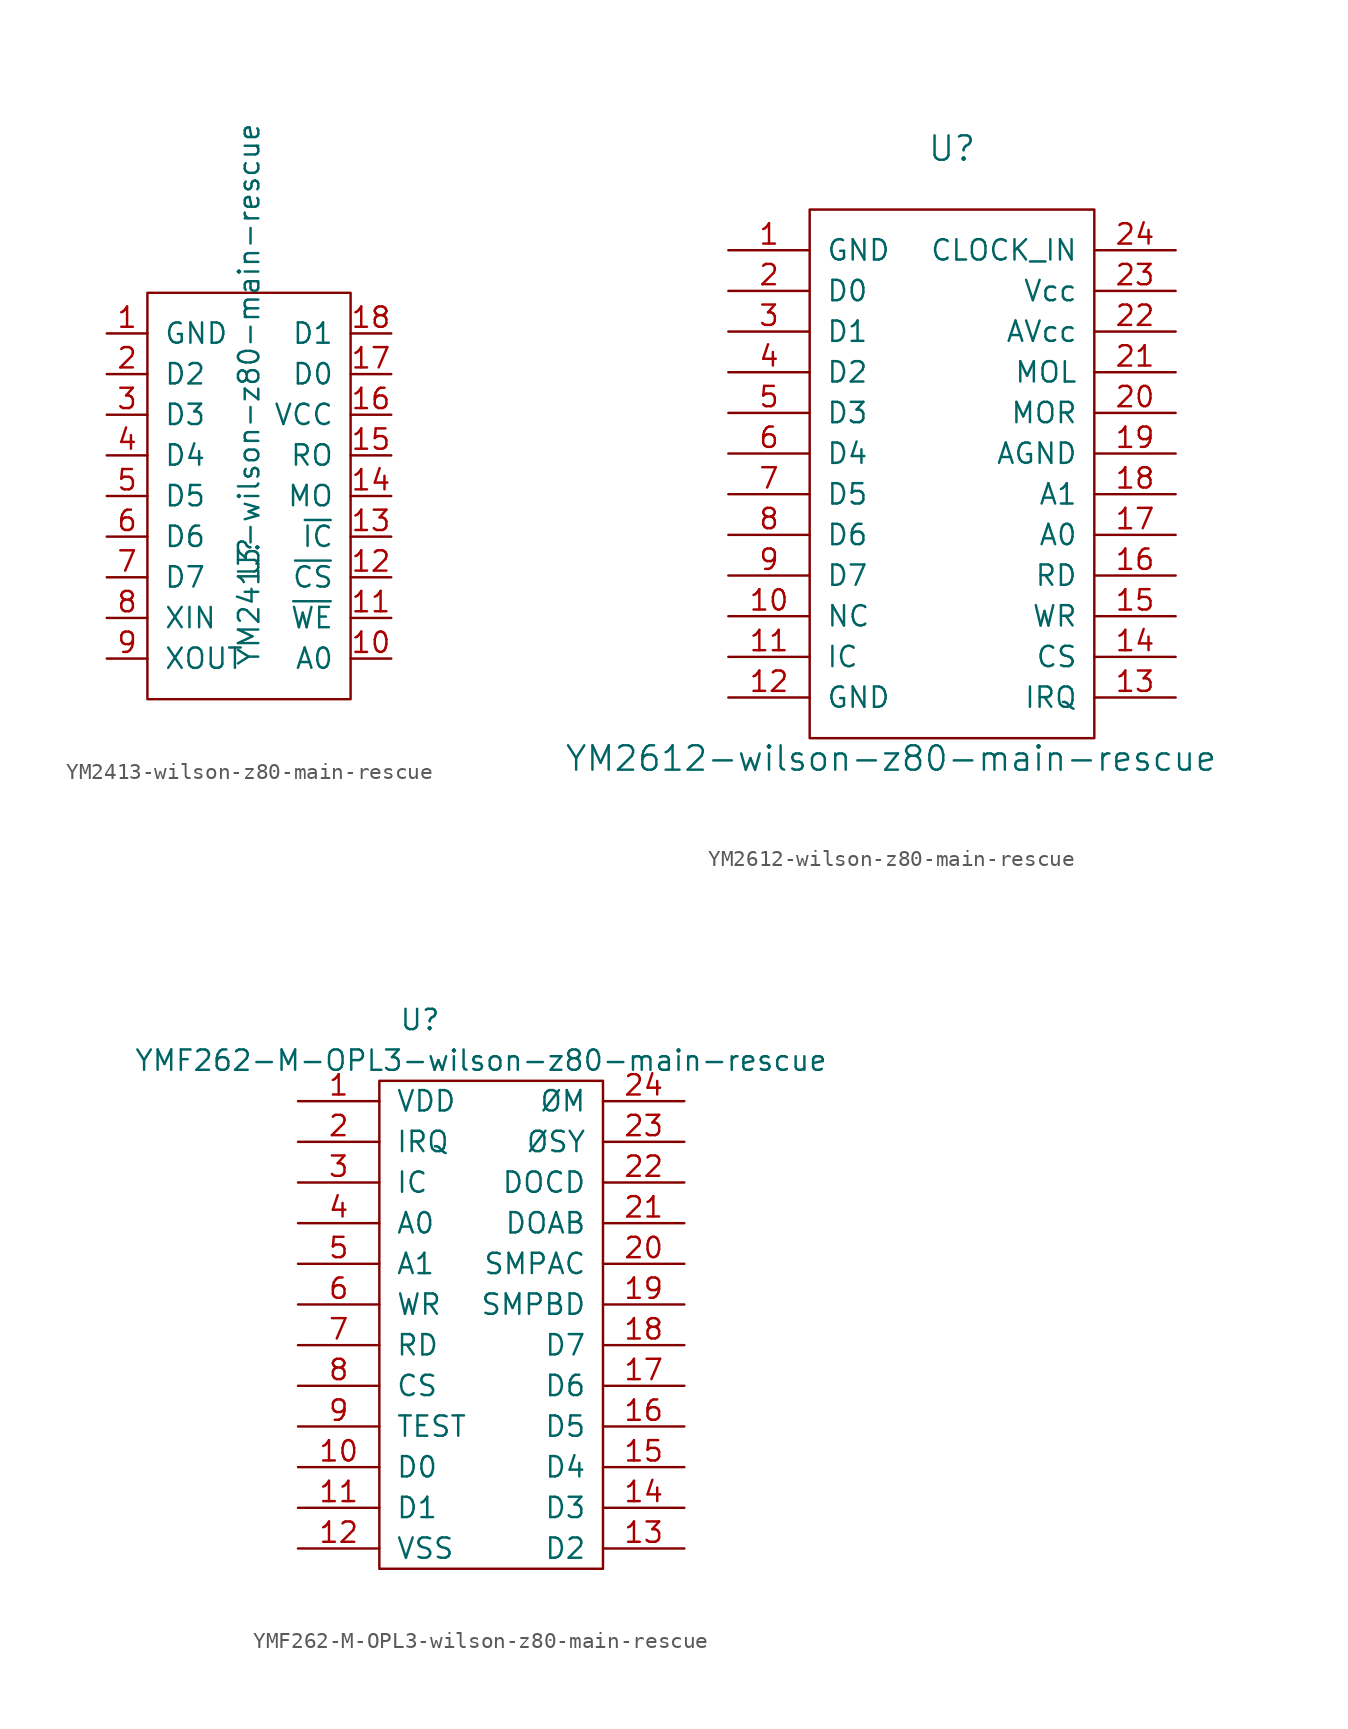
<source format=kicad_sym>
(kicad_symbol_lib
  (version 20220914)
  (generator kicad_symbol_editor)
  (symbol "YM2413-wilson-z80-main-rescue"
    (pin_names
      (offset 1.016))
    (property "Reference" "U"
      (at 0 -3.81 90)
      (effects (font (size 1.27 1.27))))
    (property "Value" "YM2413-wilson-z80-main-rescue"
      (at 0 6.35 90)
      (effects (font (size 1.27 1.27))))
    (symbol "YM2413-wilson-z80-main-rescue_0_1"
      (rectangle (start -6.35 12.7) (end 6.35 -12.7) (stroke (width 0) (type solid)) (fill (type none))))
    (symbol "YM2413-wilson-z80-main-rescue_1_1"
      (pin power_in line (at -8.89 10.16 0) (length 2.54) (name "GND" (effects (font (size 1.27 1.27)))) (number "1" (effects (font (size 1.27 1.27)))))
      (pin input line (at 8.89 -10.16 180) (length 2.54) (name "A0" (effects (font (size 1.27 1.27)))) (number "10" (effects (font (size 1.27 1.27)))))
      (pin input line (at 8.89 -7.62 180) (length 2.54) (name "~{WE}" (effects (font (size 1.27 1.27)))) (number "11" (effects (font (size 1.27 1.27)))))
      (pin input line (at 8.89 -5.08 180) (length 2.54) (name "~{CS}" (effects (font (size 1.27 1.27)))) (number "12" (effects (font (size 1.27 1.27)))))
      (pin input line (at 8.89 -2.54 180) (length 2.54) (name "~{IC}" (effects (font (size 1.27 1.27)))) (number "13" (effects (font (size 1.27 1.27)))))
      (pin output line (at 8.89 0 180) (length 2.54) (name "MO" (effects (font (size 1.27 1.27)))) (number "14" (effects (font (size 1.27 1.27)))))
      (pin output line (at 8.89 2.54 180) (length 2.54) (name "RO" (effects (font (size 1.27 1.27)))) (number "15" (effects (font (size 1.27 1.27)))))
      (pin power_in line (at 8.89 5.08 180) (length 2.54) (name "VCC" (effects (font (size 1.27 1.27)))) (number "16" (effects (font (size 1.27 1.27)))))
      (pin bidirectional line (at 8.89 7.62 180) (length 2.54) (name "D0" (effects (font (size 1.27 1.27)))) (number "17" (effects (font (size 1.27 1.27)))))
      (pin bidirectional line (at 8.89 10.16 180) (length 2.54) (name "D1" (effects (font (size 1.27 1.27)))) (number "18" (effects (font (size 1.27 1.27)))))
      (pin bidirectional line (at -8.89 7.62 0) (length 2.54) (name "D2" (effects (font (size 1.27 1.27)))) (number "2" (effects (font (size 1.27 1.27)))))
      (pin bidirectional line (at -8.89 5.08 0) (length 2.54) (name "D3" (effects (font (size 1.27 1.27)))) (number "3" (effects (font (size 1.27 1.27)))))
      (pin bidirectional line (at -8.89 2.54 0) (length 2.54) (name "D4" (effects (font (size 1.27 1.27)))) (number "4" (effects (font (size 1.27 1.27)))))
      (pin bidirectional line (at -8.89 0 0) (length 2.54) (name "D5" (effects (font (size 1.27 1.27)))) (number "5" (effects (font (size 1.27 1.27)))))
      (pin bidirectional line (at -8.89 -2.54 0) (length 2.54) (name "D6" (effects (font (size 1.27 1.27)))) (number "6" (effects (font (size 1.27 1.27)))))
      (pin bidirectional line (at -8.89 -5.08 0) (length 2.54) (name "D7" (effects (font (size 1.27 1.27)))) (number "7" (effects (font (size 1.27 1.27)))))
      (pin passive line (at -8.89 -7.62 0) (length 2.54) (name "XIN" (effects (font (size 1.27 1.27)))) (number "8" (effects (font (size 1.27 1.27)))))
      (pin passive line (at -8.89 -10.16 0) (length 2.54) (name "XOUT" (effects (font (size 1.27 1.27)))) (number "9" (effects (font (size 1.27 1.27)))))))
  (symbol "YM2612-wilson-z80-main-rescue"
    (pin_names
      (offset 1.016))
    (property "Reference" "U"
      (at 8.89 19.05 0)
      (effects (font (size 1.524 1.524))))
    (property "Value" "YM2612-wilson-z80-main-rescue"
      (at 5.08 -19.05 0)
      (effects (font (size 1.524 1.524))))
    (symbol "YM2612-wilson-z80-main-rescue_0_1"
      (rectangle (start 0 15.24) (end 17.78 -17.78) (stroke (width 0) (type solid)) (fill (type none))))
    (symbol "YM2612-wilson-z80-main-rescue_1_1"
      (pin input line (at -5.08 12.7 0) (length 5.08) (name "GND" (effects (font (size 1.27 1.27)))) (number "1" (effects (font (size 1.27 1.27)))))
      (pin input line (at -5.08 -10.16 0) (length 5.08) (name "NC" (effects (font (size 1.27 1.27)))) (number "10" (effects (font (size 1.27 1.27)))))
      (pin input line (at -5.08 -12.7 0) (length 5.08) (name "IC" (effects (font (size 1.27 1.27)))) (number "11" (effects (font (size 1.27 1.27)))))
      (pin input line (at -5.08 -15.24 0) (length 5.08) (name "GND" (effects (font (size 1.27 1.27)))) (number "12" (effects (font (size 1.27 1.27)))))
      (pin input line (at 22.86 -15.24 180) (length 5.08) (name "IRQ" (effects (font (size 1.27 1.27)))) (number "13" (effects (font (size 1.27 1.27)))))
      (pin input line (at 22.86 -12.7 180) (length 5.08) (name "CS" (effects (font (size 1.27 1.27)))) (number "14" (effects (font (size 1.27 1.27)))))
      (pin input line (at 22.86 -10.16 180) (length 5.08) (name "WR" (effects (font (size 1.27 1.27)))) (number "15" (effects (font (size 1.27 1.27)))))
      (pin input line (at 22.86 -7.62 180) (length 5.08) (name "RD" (effects (font (size 1.27 1.27)))) (number "16" (effects (font (size 1.27 1.27)))))
      (pin input line (at 22.86 -5.08 180) (length 5.08) (name "A0" (effects (font (size 1.27 1.27)))) (number "17" (effects (font (size 1.27 1.27)))))
      (pin input line (at 22.86 -2.54 180) (length 5.08) (name "A1" (effects (font (size 1.27 1.27)))) (number "18" (effects (font (size 1.27 1.27)))))
      (pin input line (at 22.86 0 180) (length 5.08) (name "AGND" (effects (font (size 1.27 1.27)))) (number "19" (effects (font (size 1.27 1.27)))))
      (pin input line (at -5.08 10.16 0) (length 5.08) (name "D0" (effects (font (size 1.27 1.27)))) (number "2" (effects (font (size 1.27 1.27)))))
      (pin input line (at 22.86 2.54 180) (length 5.08) (name "MOR" (effects (font (size 1.27 1.27)))) (number "20" (effects (font (size 1.27 1.27)))))
      (pin input line (at 22.86 5.08 180) (length 5.08) (name "MOL" (effects (font (size 1.27 1.27)))) (number "21" (effects (font (size 1.27 1.27)))))
      (pin input line (at 22.86 7.62 180) (length 5.08) (name "AVcc" (effects (font (size 1.27 1.27)))) (number "22" (effects (font (size 1.27 1.27)))))
      (pin input line (at 22.86 10.16 180) (length 5.08) (name "Vcc" (effects (font (size 1.27 1.27)))) (number "23" (effects (font (size 1.27 1.27)))))
      (pin input line (at 22.86 12.7 180) (length 5.08) (name "CLOCK_IN" (effects (font (size 1.27 1.27)))) (number "24" (effects (font (size 1.27 1.27)))))
      (pin input line (at -5.08 7.62 0) (length 5.08) (name "D1" (effects (font (size 1.27 1.27)))) (number "3" (effects (font (size 1.27 1.27)))))
      (pin input line (at -5.08 5.08 0) (length 5.08) (name "D2" (effects (font (size 1.27 1.27)))) (number "4" (effects (font (size 1.27 1.27)))))
      (pin input line (at -5.08 2.54 0) (length 5.08) (name "D3" (effects (font (size 1.27 1.27)))) (number "5" (effects (font (size 1.27 1.27)))))
      (pin input line (at -5.08 0 0) (length 5.08) (name "D4" (effects (font (size 1.27 1.27)))) (number "6" (effects (font (size 1.27 1.27)))))
      (pin input line (at -5.08 -2.54 0) (length 5.08) (name "D5" (effects (font (size 1.27 1.27)))) (number "7" (effects (font (size 1.27 1.27)))))
      (pin input line (at -5.08 -5.08 0) (length 5.08) (name "D6" (effects (font (size 1.27 1.27)))) (number "8" (effects (font (size 1.27 1.27)))))
      (pin input line (at -5.08 -7.62 0) (length 5.08) (name "D7" (effects (font (size 1.27 1.27)))) (number "9" (effects (font (size 1.27 1.27)))))))
  (symbol "YMF262-M-OPL3-wilson-z80-main-rescue"
    (pin_names
      (offset 1.016))
    (property "Reference" "U"
      (at 2.54 5.08 0)
      (effects (font (size 1.27 1.27))))
    (property "Value" "YMF262-M-OPL3-wilson-z80-main-rescue"
      (at 6.35 2.54 0)
      (effects (font (size 1.27 1.27))))
    (symbol "YMF262-M-OPL3-wilson-z80-main-rescue_0_1"
      (rectangle (start 0 1.27) (end 13.97 -29.21) (stroke (width 0) (type solid)) (fill (type none))))
    (symbol "YMF262-M-OPL3-wilson-z80-main-rescue_1_1"
      (pin input line (at -5.08 0 0) (length 5.08) (name "VDD" (effects (font (size 1.27 1.27)))) (number "1" (effects (font (size 1.27 1.27)))))
      (pin input line (at -5.08 -22.86 0) (length 5.08) (name "D0" (effects (font (size 1.27 1.27)))) (number "10" (effects (font (size 1.27 1.27)))))
      (pin input line (at -5.08 -25.4 0) (length 5.08) (name "D1" (effects (font (size 1.27 1.27)))) (number "11" (effects (font (size 1.27 1.27)))))
      (pin input line (at -5.08 -27.94 0) (length 5.08) (name "VSS" (effects (font (size 1.27 1.27)))) (number "12" (effects (font (size 1.27 1.27)))))
      (pin input line (at 19.05 -27.94 180) (length 5.08) (name "D2" (effects (font (size 1.27 1.27)))) (number "13" (effects (font (size 1.27 1.27)))))
      (pin input line (at 19.05 -25.4 180) (length 5.08) (name "D3" (effects (font (size 1.27 1.27)))) (number "14" (effects (font (size 1.27 1.27)))))
      (pin input line (at 19.05 -22.86 180) (length 5.08) (name "D4" (effects (font (size 1.27 1.27)))) (number "15" (effects (font (size 1.27 1.27)))))
      (pin input line (at 19.05 -20.32 180) (length 5.08) (name "D5" (effects (font (size 1.27 1.27)))) (number "16" (effects (font (size 1.27 1.27)))))
      (pin input line (at 19.05 -17.78 180) (length 5.08) (name "D6" (effects (font (size 1.27 1.27)))) (number "17" (effects (font (size 1.27 1.27)))))
      (pin input line (at 19.05 -15.24 180) (length 5.08) (name "D7" (effects (font (size 1.27 1.27)))) (number "18" (effects (font (size 1.27 1.27)))))
      (pin input line (at 19.05 -12.7 180) (length 5.08) (name "SMPBD" (effects (font (size 1.27 1.27)))) (number "19" (effects (font (size 1.27 1.27)))))
      (pin input line (at -5.08 -2.54 0) (length 5.08) (name "IRQ" (effects (font (size 1.27 1.27)))) (number "2" (effects (font (size 1.27 1.27)))))
      (pin input line (at 19.05 -10.16 180) (length 5.08) (name "SMPAC" (effects (font (size 1.27 1.27)))) (number "20" (effects (font (size 1.27 1.27)))))
      (pin input line (at 19.05 -7.62 180) (length 5.08) (name "DOAB" (effects (font (size 1.27 1.27)))) (number "21" (effects (font (size 1.27 1.27)))))
      (pin input line (at 19.05 -5.08 180) (length 5.08) (name "DOCD" (effects (font (size 1.27 1.27)))) (number "22" (effects (font (size 1.27 1.27)))))
      (pin input line (at 19.05 -2.54 180) (length 5.08) (name "ØSY" (effects (font (size 1.27 1.27)))) (number "23" (effects (font (size 1.27 1.27)))))
      (pin input line (at 19.05 0 180) (length 5.08) (name "ØM" (effects (font (size 1.27 1.27)))) (number "24" (effects (font (size 1.27 1.27)))))
      (pin input line (at -5.08 -5.08 0) (length 5.08) (name "IC" (effects (font (size 1.27 1.27)))) (number "3" (effects (font (size 1.27 1.27)))))
      (pin input line (at -5.08 -7.62 0) (length 5.08) (name "A0" (effects (font (size 1.27 1.27)))) (number "4" (effects (font (size 1.27 1.27)))))
      (pin input line (at -5.08 -10.16 0) (length 5.08) (name "A1" (effects (font (size 1.27 1.27)))) (number "5" (effects (font (size 1.27 1.27)))))
      (pin input line (at -5.08 -12.7 0) (length 5.08) (name "WR" (effects (font (size 1.27 1.27)))) (number "6" (effects (font (size 1.27 1.27)))))
      (pin input line (at -5.08 -15.24 0) (length 5.08) (name "RD" (effects (font (size 1.27 1.27)))) (number "7" (effects (font (size 1.27 1.27)))))
      (pin input line (at -5.08 -17.78 0) (length 5.08) (name "CS" (effects (font (size 1.27 1.27)))) (number "8" (effects (font (size 1.27 1.27)))))
      (pin input line (at -5.08 -20.32 0) (length 5.08) (name "TEST" (effects (font (size 1.27 1.27)))) (number "9" (effects (font (size 1.27 1.27))))))))
</source>
